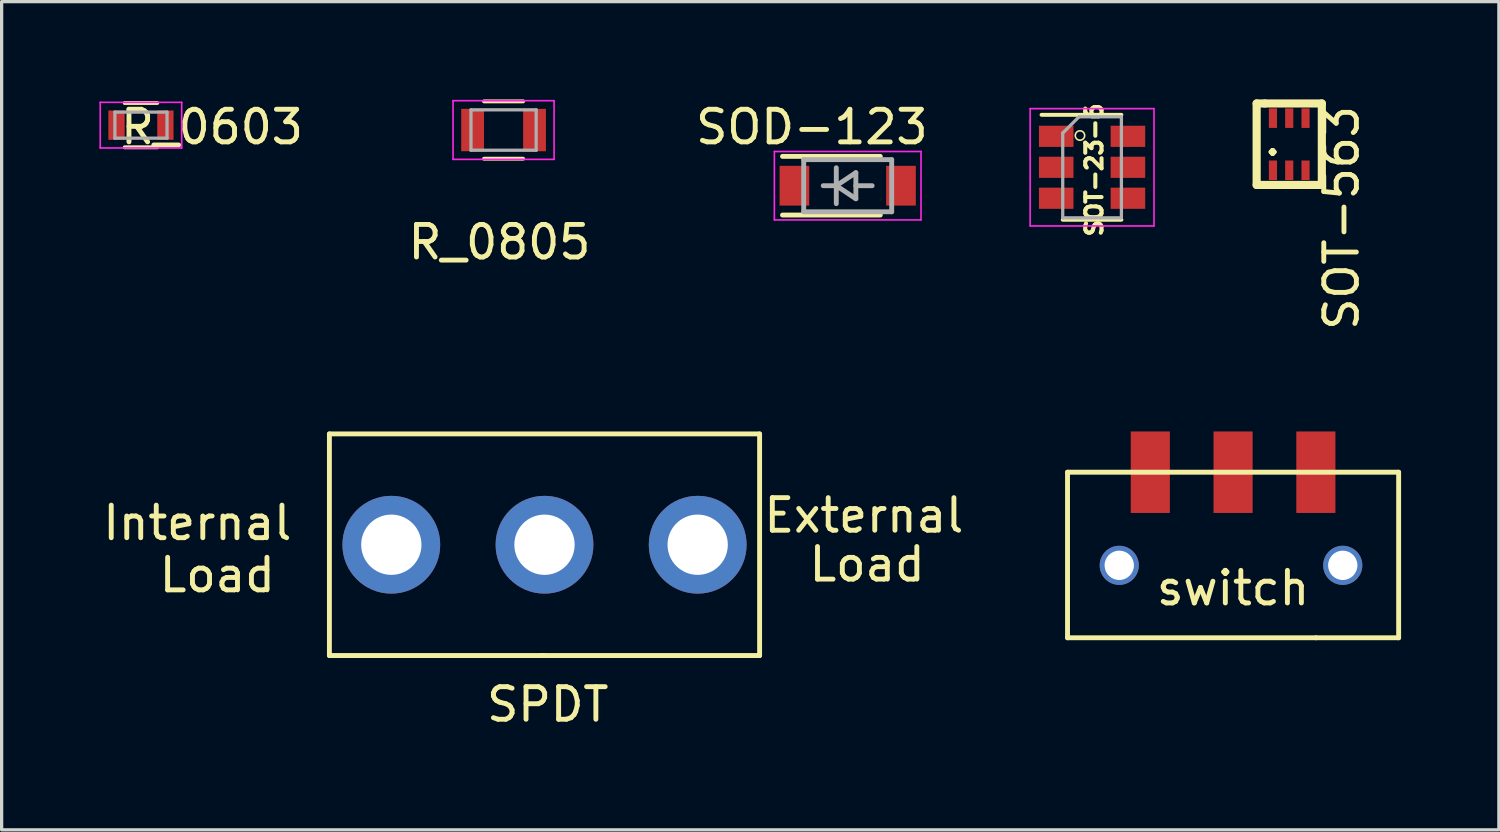
<source format=kicad_pcb>
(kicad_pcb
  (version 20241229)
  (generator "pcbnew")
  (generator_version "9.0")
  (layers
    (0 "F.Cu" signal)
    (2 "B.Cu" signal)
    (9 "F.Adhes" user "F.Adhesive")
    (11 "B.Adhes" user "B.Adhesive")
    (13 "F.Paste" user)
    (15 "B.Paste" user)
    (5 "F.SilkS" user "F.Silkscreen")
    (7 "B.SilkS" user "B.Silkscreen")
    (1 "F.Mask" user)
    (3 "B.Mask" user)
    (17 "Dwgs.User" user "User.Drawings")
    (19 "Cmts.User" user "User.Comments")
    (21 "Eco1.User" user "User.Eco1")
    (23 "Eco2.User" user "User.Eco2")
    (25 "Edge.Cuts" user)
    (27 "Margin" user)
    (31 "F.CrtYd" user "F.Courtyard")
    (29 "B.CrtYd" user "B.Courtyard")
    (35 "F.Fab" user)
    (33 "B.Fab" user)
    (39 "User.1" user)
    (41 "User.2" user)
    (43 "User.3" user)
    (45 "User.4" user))
  (footprint "SOT-563"
    (layer "F.Cu")
    (at 36.508 1.375)
    (property "Reference" "SOT-563" (at 1.605 2.261 270) (layer "F.SilkS") (effects (font (size 1 1) (thickness 0.15))))
    (attr through_hole)
    (fp_line (start -1 -1.25) (end -0.75 -1.25) (stroke (width 0.25) (type solid)) (layer "F.SilkS"))
    (fp_line (start -1 1.25) (end -1 -1.25) (stroke (width 0.25) (type solid)) (layer "F.SilkS"))
    (fp_line (start -0.75 -1.25) (end 1 -1.25) (stroke (width 0.25) (type solid)) (layer "F.SilkS"))
    (fp_line (start 1 -1.25) (end 1 1.25) (stroke (width 0.25) (type solid)) (layer "F.SilkS"))
    (fp_line (start 1 1.25) (end -1 1.25) (stroke (width 0.25) (type solid)) (layer "F.SilkS"))
    (fp_text user "." (at -0.51 -0.17 0) (layer "F.SilkS") (effects (font (size 1 1) (thickness 0.15))))
    (pad "1" smd rect (at -0.5 0.8) (size 0.25 0.6) (layers "F.Cu" "F.Mask" "F.Paste"))
    (pad "2" smd rect (at 0 0.8) (size 0.25 0.6) (layers "F.Cu" "F.Mask" "F.Paste"))
    (pad "3" smd rect (at 0.5 0.8) (size 0.25 0.6) (layers "F.Cu" "F.Mask" "F.Paste"))
    (pad "4" smd rect (at 0.5 -0.8) (size 0.25 0.6) (layers "F.Cu" "F.Mask" "F.Paste"))
    (pad "5" smd rect (at 0 -0.8) (size 0.25 0.6) (layers "F.Cu" "F.Mask" "F.Paste"))
    (pad "6" smd rect (at -0.5 -0.8) (size 0.25 0.6) (layers "F.Cu" "F.Mask" "F.Paste")))
  (footprint "SOT-23-6"
    (layer "F.Cu")
    (at 30.458 2.083)
    (property "Reference" "SOT-23-6" (at 0.066 0.079 90) (layer "F.SilkS") (effects (font (size 0.5 0.5) (thickness 0.125))))
    (attr smd)
    (fp_line (start -0.9 1.61) (end 0.9 1.61) (stroke (width 0.12) (type solid)) (layer "F.SilkS"))
    (fp_line (start 0.9 -1.61) (end -1.55 -1.61) (stroke (width 0.12) (type solid)) (layer "F.SilkS"))
    (fp_circle (center -0.371 -0.975) (end -0.279 -0.864) (stroke (width 0.05) (type solid)) (fill no) (layer "F.SilkS"))
    (fp_line (start -1.9 -1.8) (end -1.9 1.8) (stroke (width 0.05) (type solid)) (layer "F.CrtYd"))
    (fp_line (start -1.9 1.8) (end 1.9 1.8) (stroke (width 0.05) (type solid)) (layer "F.CrtYd"))
    (fp_line (start 1.9 -1.8) (end -1.9 -1.8) (stroke (width 0.05) (type solid)) (layer "F.CrtYd"))
    (fp_line (start 1.9 1.8) (end 1.9 -1.8) (stroke (width 0.05) (type solid)) (layer "F.CrtYd"))
    (fp_line (start -0.9 -1.05) (end -0.9 1.55) (stroke (width 0.1) (type solid)) (layer "F.Fab"))
    (fp_line (start -0.4 -1.55) (end -0.9 -1.05) (stroke (width 0.1) (type solid)) (layer "F.Fab"))
    (fp_line (start 0.9 -1.55) (end -0.4 -1.55) (stroke (width 0.1) (type solid)) (layer "F.Fab"))
    (fp_line (start 0.9 -1.55) (end 0.9 1.55) (stroke (width 0.1) (type solid)) (layer "F.Fab"))
    (fp_line (start 0.9 1.55) (end -0.9 1.55) (stroke (width 0.1) (type solid)) (layer "F.Fab"))
    (pad "1" smd rect (at -1.1 -0.95) (size 1.06 0.65) (layers "F.Cu" "F.Mask" "F.Paste"))
    (pad "2" smd rect (at -1.1 0) (size 1.06 0.65) (layers "F.Cu" "F.Mask" "F.Paste"))
    (pad "3" smd rect (at -1.1 0.95) (size 1.06 0.65) (layers "F.Cu" "F.Mask" "F.Paste"))
    (pad "4" smd rect (at 1.1 0.95) (size 1.06 0.65) (layers "F.Cu" "F.Mask" "F.Paste"))
    (pad "5" smd rect (at 1.1 0) (size 1.06 0.65) (layers "F.Cu" "F.Mask" "F.Paste"))
    (pad "6" smd rect (at 1.1 -0.95) (size 1.06 0.65) (layers "F.Cu" "F.Mask" "F.Paste")))
  (footprint "SPDT"
    (layer "F.Cu")
    (at 13.657 13.664)
    (property "Reference" "SPDT" (at 0.1 4.9 0) (layer "F.SilkS") (effects (font (size 1 1) (thickness 0.15))))
    (attr through_hole)
    (fp_line (start -6.6 -3.4) (end 6.6 -3.4) (stroke (width 0.15) (type solid)) (layer "F.SilkS"))
    (fp_line (start -6.6 3.4) (end -6.6 -3.4) (stroke (width 0.15) (type solid)) (layer "F.SilkS"))
    (fp_line (start 0 3.4) (end -6.6 3.4) (stroke (width 0.15) (type solid)) (layer "F.SilkS"))
    (fp_line (start 6.6 -3.4) (end 6.6 3.4) (stroke (width 0.15) (type solid)) (layer "F.SilkS"))
    (fp_line (start 6.6 3.4) (end -0.1 3.4) (stroke (width 0.15) (type solid)) (layer "F.SilkS"))
    (fp_text user "Load" (at -10.04 0.93 0) (layer "F.SilkS") (effects (font (size 1 1) (thickness 0.15))))
    (fp_text user "Internal " (at -10.27 -0.67 0) (layer "F.SilkS") (effects (font (size 1 1) (thickness 0.15))))
    (fp_text user "Load" (at 9.9 0.6 0) (layer "F.SilkS") (effects (font (size 1 1) (thickness 0.15))))
    (fp_text user "External" (at 9.8 -0.9 0) (layer "F.SilkS") (effects (font (size 1 1) (thickness 0.15))))
    (pad "1" thru_hole circle (at -4.7 0) (size 3 3) (drill 1.85) (layers "*.Cu" "*.Mask"))
    (pad "2" thru_hole circle (at 0 0) (size 3 3) (drill 1.85) (layers "*.Cu" "*.Mask"))
    (pad "3" thru_hole circle (at 4.7 0) (size 3 3) (drill 1.85) (layers "*.Cu" "*.Mask")))
  (footprint "SOD-123"
    (layer "F.Cu")
    (at 22.96 2.648)
    (property "Reference" "SOD-123" (at -1.1 -1.8 0) (layer "F.SilkS") (effects (font (size 1 1) (thickness 0.15))))
    (attr smd)
    (fp_line (start -2 -0.9) (end 1 -0.9) (stroke (width 0.15) (type solid)) (layer "F.SilkS"))
    (fp_line (start -2 0.9) (end 1 0.9) (stroke (width 0.15) (type solid)) (layer "F.SilkS"))
    (fp_line (start -2.25 -1.05) (end -2.25 1.05) (stroke (width 0.05) (type solid)) (layer "F.CrtYd"))
    (fp_line (start -2.25 -1.05) (end 2.25 -1.05) (stroke (width 0.05) (type solid)) (layer "F.CrtYd"))
    (fp_line (start 2.25 -1.05) (end 2.25 1.05) (stroke (width 0.05) (type solid)) (layer "F.CrtYd"))
    (fp_line (start 2.25 1.05) (end -2.25 1.05) (stroke (width 0.05) (type solid)) (layer "F.CrtYd"))
    (fp_line (start -1.35 -0.8) (end 1.35 -0.8) (stroke (width 0.15) (type solid)) (layer "F.Fab"))
    (fp_line (start -1.35 0.8) (end -1.35 -0.8) (stroke (width 0.15) (type solid)) (layer "F.Fab"))
    (fp_line (start -0.75 0) (end -0.35 0) (stroke (width 0.15) (type solid)) (layer "F.Fab"))
    (fp_line (start -0.35 0) (end -0.35 -0.55) (stroke (width 0.15) (type solid)) (layer "F.Fab"))
    (fp_line (start -0.35 0) (end -0.35 0.55) (stroke (width 0.15) (type solid)) (layer "F.Fab"))
    (fp_line (start -0.35 0) (end 0.25 -0.4) (stroke (width 0.15) (type solid)) (layer "F.Fab"))
    (fp_line (start 0.25 -0.4) (end 0.25 0.4) (stroke (width 0.15) (type solid)) (layer "F.Fab"))
    (fp_line (start 0.25 0) (end 0.75 0) (stroke (width 0.15) (type solid)) (layer "F.Fab"))
    (fp_line (start 0.25 0.4) (end -0.35 0) (stroke (width 0.15) (type solid)) (layer "F.Fab"))
    (fp_line (start 1.35 -0.8) (end 1.35 0.8) (stroke (width 0.15) (type solid)) (layer "F.Fab"))
    (fp_line (start 1.35 0.8) (end -1.35 0.8) (stroke (width 0.15) (type solid)) (layer "F.Fab"))
    (pad "1" smd rect (at -1.635 0) (size 0.91 1.22) (layers "F.Cu" "F.Mask" "F.Paste"))
    (pad "2" smd rect (at 1.635 0) (size 0.91 1.22) (layers "F.Cu" "F.Mask" "F.Paste")))
  (footprint "R_0805"
    (layer "F.Cu")
    (at 12.401 0.94)
    (property "Reference" "R_0805" (at -0.125 3.441 0) (layer "F.SilkS") (effects (font (size 1 1) (thickness 0.15))))
    (attr smd)
    (fp_line (start -0.6 -0.88) (end 0.6 -0.88) (stroke (width 0.12) (type solid)) (layer "F.SilkS"))
    (fp_line (start 0.6 0.88) (end -0.6 0.88) (stroke (width 0.12) (type solid)) (layer "F.SilkS"))
    (fp_line (start -1.55 -0.9) (end -1.55 0.9) (stroke (width 0.05) (type solid)) (layer "F.CrtYd"))
    (fp_line (start -1.55 -0.9) (end 1.55 -0.9) (stroke (width 0.05) (type solid)) (layer "F.CrtYd"))
    (fp_line (start 1.55 0.9) (end -1.55 0.9) (stroke (width 0.05) (type solid)) (layer "F.CrtYd"))
    (fp_line (start 1.55 0.9) (end 1.55 -0.9) (stroke (width 0.05) (type solid)) (layer "F.CrtYd"))
    (fp_line (start -1 -0.62) (end 1 -0.62) (stroke (width 0.1) (type solid)) (layer "F.Fab"))
    (fp_line (start -1 0.62) (end -1 -0.62) (stroke (width 0.1) (type solid)) (layer "F.Fab"))
    (fp_line (start 1 -0.62) (end 1 0.62) (stroke (width 0.1) (type solid)) (layer "F.Fab"))
    (fp_line (start 1 0.62) (end -1 0.62) (stroke (width 0.1) (type solid)) (layer "F.Fab"))
    (pad "1" smd rect (at -0.95 0) (size 0.7 1.3) (layers "F.Cu" "F.Mask" "F.Paste"))
    (pad "2" smd rect (at 0.95 0) (size 0.7 1.3) (layers "F.Cu" "F.Mask" "F.Paste")))
  (footprint "R_0603"
    (layer "F.Cu")
    (at 1.275 0.79)
    (property "Reference" "R_0603" (at 2.18 0.058 0) (layer "F.SilkS") (effects (font (size 1 1) (thickness 0.15))))
    (attr smd)
    (fp_line (start -0.5 -0.68) (end 0.5 -0.68) (stroke (width 0.12) (type solid)) (layer "F.SilkS"))
    (fp_line (start 0.5 0.68) (end -0.5 0.68) (stroke (width 0.12) (type solid)) (layer "F.SilkS"))
    (fp_line (start -1.25 -0.7) (end -1.25 0.7) (stroke (width 0.05) (type solid)) (layer "F.CrtYd"))
    (fp_line (start -1.25 -0.7) (end 1.25 -0.7) (stroke (width 0.05) (type solid)) (layer "F.CrtYd"))
    (fp_line (start 1.25 0.7) (end -1.25 0.7) (stroke (width 0.05) (type solid)) (layer "F.CrtYd"))
    (fp_line (start 1.25 0.7) (end 1.25 -0.7) (stroke (width 0.05) (type solid)) (layer "F.CrtYd"))
    (fp_line (start -0.8 -0.4) (end 0.8 -0.4) (stroke (width 0.1) (type solid)) (layer "F.Fab"))
    (fp_line (start -0.8 0.4) (end -0.8 -0.4) (stroke (width 0.1) (type solid)) (layer "F.Fab"))
    (fp_line (start 0.8 -0.4) (end 0.8 0.4) (stroke (width 0.1) (type solid)) (layer "F.Fab"))
    (fp_line (start 0.8 0.4) (end -0.8 0.4) (stroke (width 0.1) (type solid)) (layer "F.Fab"))
    (pad "1" smd rect (at -0.75 0) (size 0.5 0.9) (layers "F.Cu" "F.Mask" "F.Paste"))
    (pad "2" smd rect (at 0.75 0) (size 0.5 0.9) (layers "F.Cu" "F.Mask" "F.Paste")))
  (footprint "switch"
    (layer "F.Cu")
    (at 34.785 11.439)
    (property "Reference" "switch" (at 0 3.556 0) (layer "F.SilkS") (effects (font (size 1 1) (thickness 0.15))))
    (attr through_hole)
    (fp_line (start -5.08 0) (end -5.08 5.08) (stroke (width 0.15) (type solid)) (layer "F.SilkS"))
    (fp_line (start -5.08 5.08) (end 2.54 5.08) (stroke (width 0.15) (type solid)) (layer "F.SilkS"))
    (fp_line (start 2.54 5.08) (end 5.08 5.08) (stroke (width 0.15) (type solid)) (layer "F.SilkS"))
    (fp_line (start 5.08 0) (end -5.08 0) (stroke (width 0.15) (type solid)) (layer "F.SilkS"))
    (fp_line (start 5.08 5.08) (end 5.08 0) (stroke (width 0.15) (type solid)) (layer "F.SilkS"))
    (pad "1" smd rect (at -2.54 0) (size 1.2 2.5) (layers "F.Cu" "F.Mask" "F.Paste"))
    (pad "2" smd rect (at 0 0) (size 1.2 2.5) (layers "F.Cu" "F.Mask" "F.Paste"))
    (pad "3" smd rect (at 2.54 0) (size 1.2 2.5) (layers "F.Cu" "F.Mask" "F.Paste"))
    (pad "5" thru_hole circle (at -3.493 2.857) (size 1.2 1.2) (drill 0.9) (layers "*.Cu" "*.Mask"))
    (pad "5" thru_hole circle (at 3.365 2.857) (size 1.2 1.2) (drill 0.9) (layers "*.Cu" "*.Mask")))
  (gr_rect
    (start -3 -3)
    (end 42.94 22.412)
    (stroke (width 0.1) (type default))
    (fill no)
    (layer "Edge.Cuts")))
</source>
